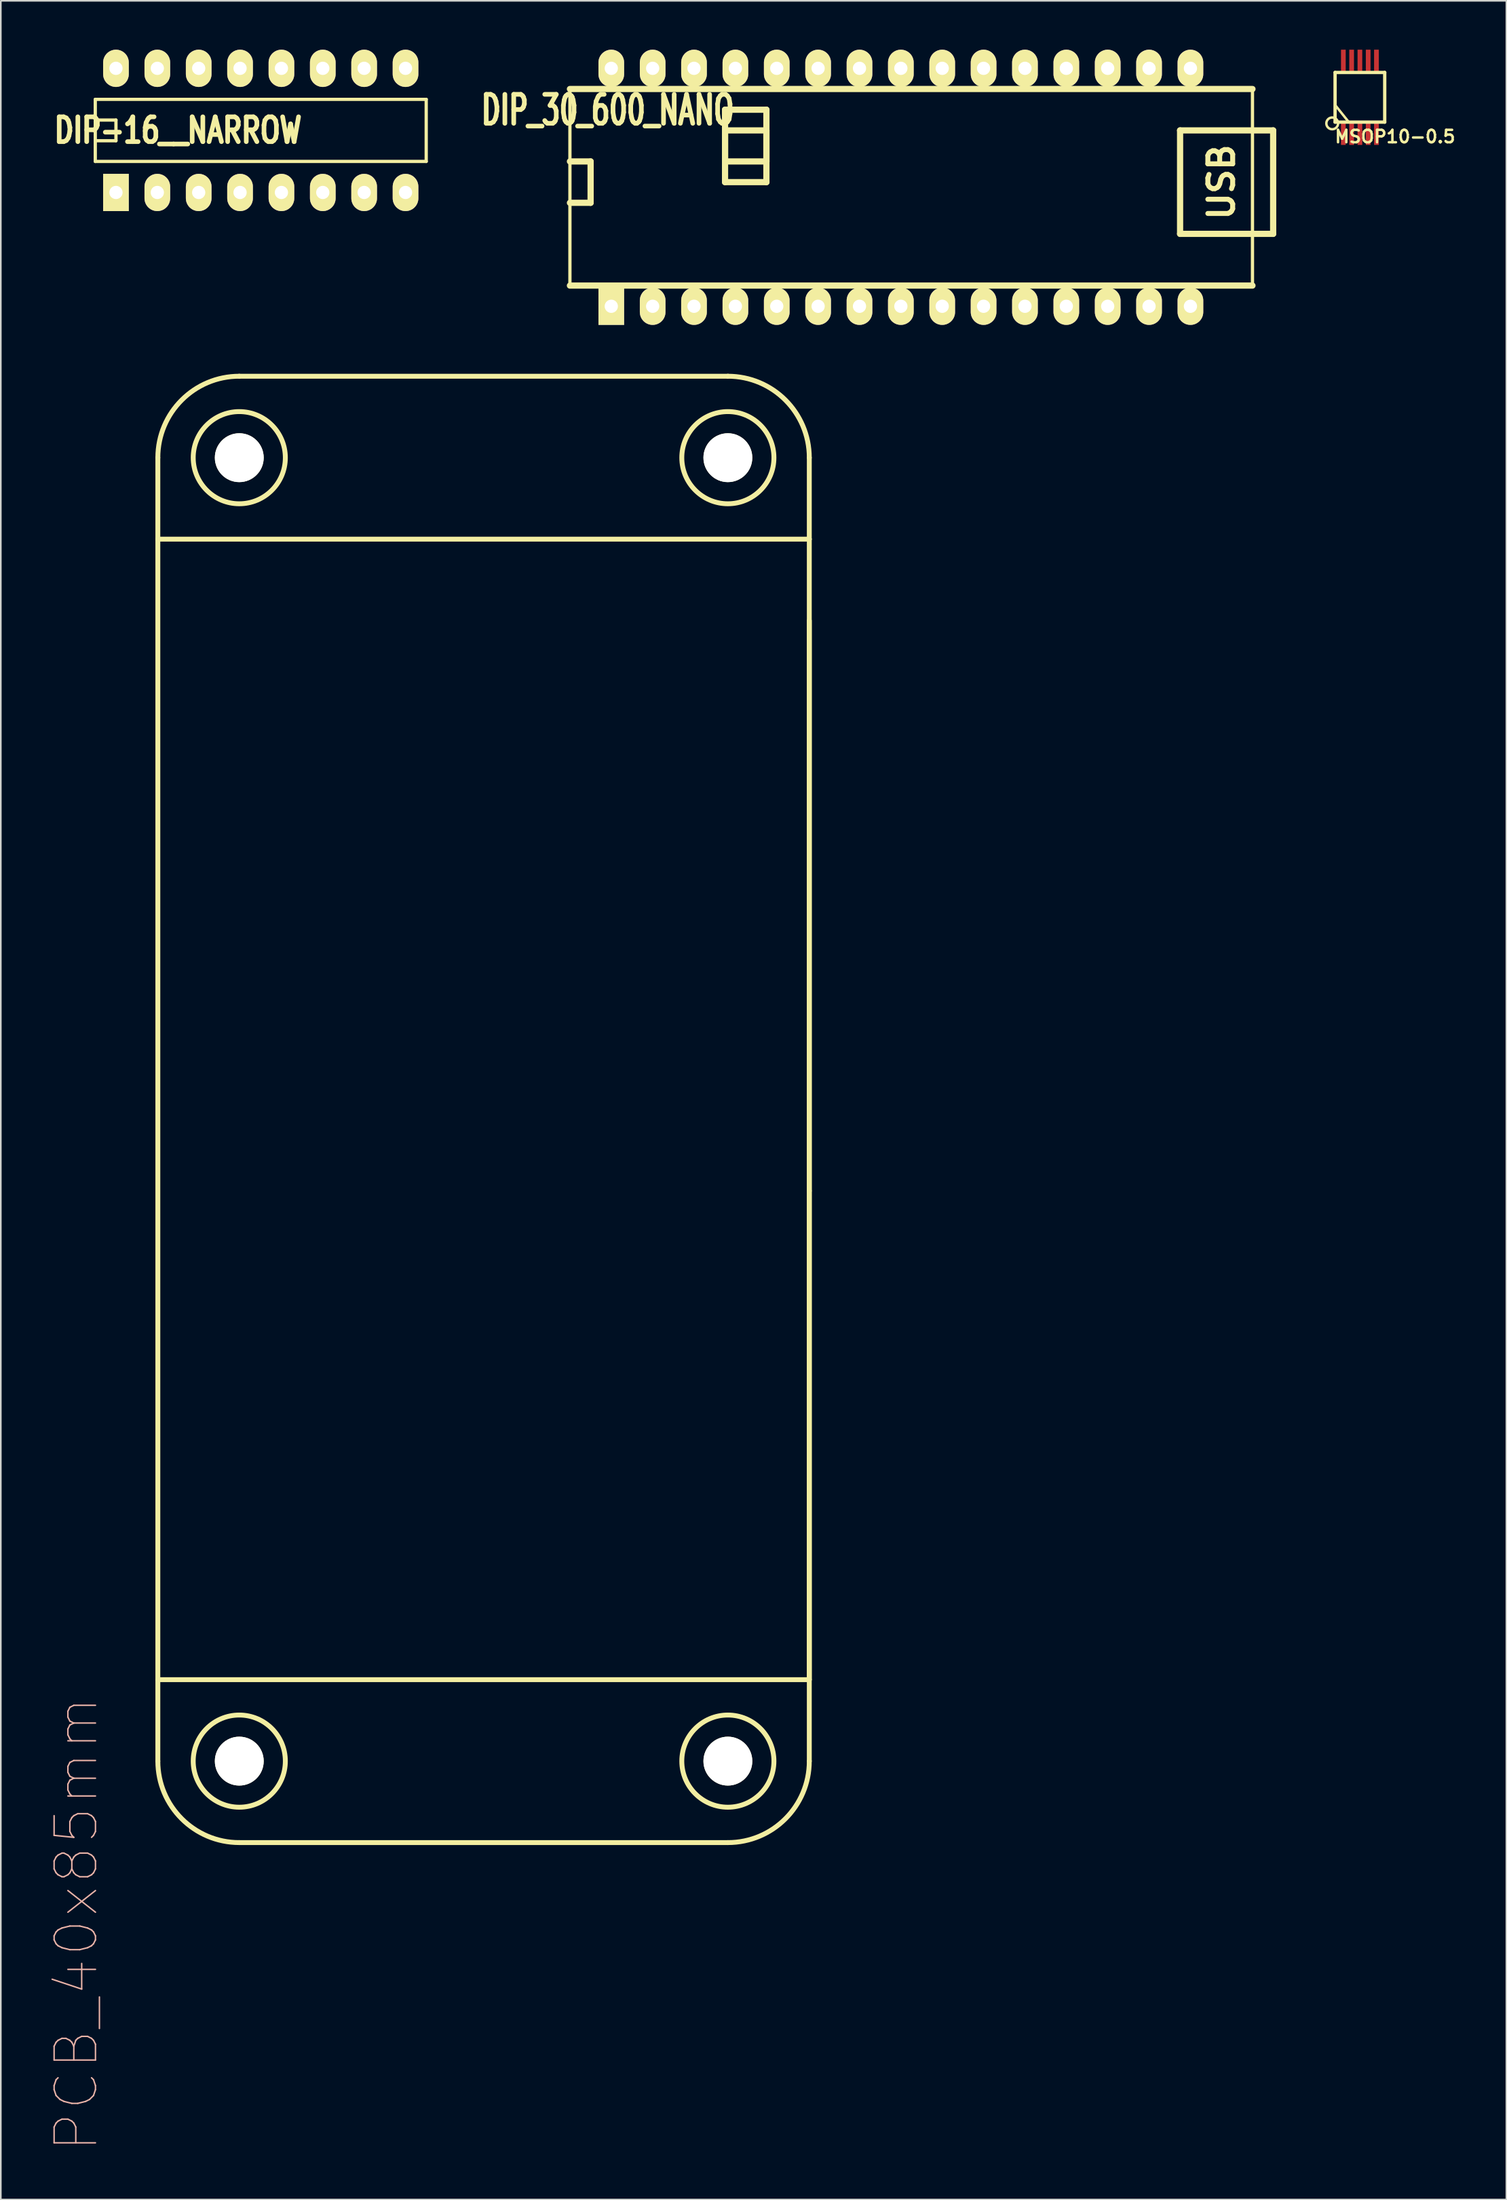
<source format=kicad_pcb>
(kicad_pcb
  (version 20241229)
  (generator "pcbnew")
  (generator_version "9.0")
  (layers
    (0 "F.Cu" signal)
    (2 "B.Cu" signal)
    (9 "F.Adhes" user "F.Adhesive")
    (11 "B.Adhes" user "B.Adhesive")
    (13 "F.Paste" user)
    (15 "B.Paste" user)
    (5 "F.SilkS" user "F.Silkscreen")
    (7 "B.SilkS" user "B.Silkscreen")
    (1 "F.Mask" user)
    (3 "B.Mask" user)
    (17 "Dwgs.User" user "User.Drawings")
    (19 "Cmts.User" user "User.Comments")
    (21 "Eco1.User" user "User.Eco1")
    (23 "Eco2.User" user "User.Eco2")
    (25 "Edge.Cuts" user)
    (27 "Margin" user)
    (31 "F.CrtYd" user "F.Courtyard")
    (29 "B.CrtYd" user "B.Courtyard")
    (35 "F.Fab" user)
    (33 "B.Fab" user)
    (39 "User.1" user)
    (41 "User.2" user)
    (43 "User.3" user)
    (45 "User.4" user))
  (footprint "MSOP10-0.5"
    (layer "F.Cu")
    (at 80.45 2.922)
    (property "Reference" "MSOP10-0.5" (at 2.159 2.413 0) (layer "F.SilkS") (effects (font (size 0.762 0.762) (thickness 0.152))))
    (attr smd)
    (fp_line (start -1.524 -1.524) (end 1.524 -1.524) (stroke (width 0.203) (type solid)) (layer "F.SilkS"))
    (fp_line (start -1.524 1.524) (end -1.524 -1.524) (stroke (width 0.203) (type solid)) (layer "F.SilkS"))
    (fp_line (start -1.5 0.5) (end -0.7 1.5) (stroke (width 0.15) (type solid)) (layer "F.SilkS"))
    (fp_line (start 1.524 -1.524) (end 1.524 1.524) (stroke (width 0.203) (type solid)) (layer "F.SilkS"))
    (fp_line (start 1.524 1.524) (end -1.524 1.524) (stroke (width 0.203) (type solid)) (layer "F.SilkS"))
    (fp_circle (center -1.7 1.6) (end -1.4 1.8) (stroke (width 0.15) (type solid)) (fill no) (layer "F.SilkS"))
    (pad "1" smd rect (at -1.016 2.223) (size 0.29 1.4) (layers "F.Cu" "F.Mask" "F.Paste"))
    (pad "2" smd rect (at -0.508 2.223) (size 0.29 1.4) (layers "F.Cu" "F.Mask" "F.Paste"))
    (pad "3" smd rect (at 0 2.223) (size 0.29 1.4) (layers "F.Cu" "F.Mask" "F.Paste"))
    (pad "4" smd rect (at 0.508 2.223) (size 0.29 1.4) (layers "F.Cu" "F.Mask" "F.Paste"))
    (pad "5" smd rect (at 1.016 2.223) (size 0.29 1.4) (layers "F.Cu" "F.Mask" "F.Paste"))
    (pad "6" smd rect (at 1.016 -2.223) (size 0.29 1.4) (layers "F.Cu" "F.Mask" "F.Paste"))
    (pad "7" smd rect (at 0.508 -2.223) (size 0.29 1.4) (layers "F.Cu" "F.Mask" "F.Paste"))
    (pad "8" smd rect (at 0 -2.223) (size 0.29 1.4) (layers "F.Cu" "F.Mask" "F.Paste"))
    (pad "9" smd rect (at -0.508 -2.223) (size 0.29 1.4) (layers "F.Cu" "F.Mask" "F.Paste"))
    (pad "10" smd rect (at -1.016 -2.223) (size 0.29 1.4) (layers "F.Cu" "F.Mask" "F.Paste")))
  (footprint "DIP-16__NARROW"
    (layer "F.Cu")
    (at 14.23 3.683)
    (property "Reference" "DIP-16__NARROW" (at -6.35 1.27 0) (layer "F.SilkS") (effects (font (size 1.524 1.143) (thickness 0.305))))
    (attr through_hole)
    (fp_line (start -11.43 -0.635) (end 8.89 -0.635) (stroke (width 0.2) (type solid)) (layer "F.SilkS"))
    (fp_line (start -11.43 0.635) (end -10.16 0.635) (stroke (width 0.2) (type solid)) (layer "F.SilkS"))
    (fp_line (start -11.43 3.175) (end -11.43 -0.635) (stroke (width 0.2) (type solid)) (layer "F.SilkS"))
    (fp_line (start -10.16 0.635) (end -10.16 1.905) (stroke (width 0.2) (type solid)) (layer "F.SilkS"))
    (fp_line (start -10.16 1.905) (end -11.43 1.905) (stroke (width 0.2) (type solid)) (layer "F.SilkS"))
    (fp_line (start 8.89 -0.635) (end 8.89 3.175) (stroke (width 0.2) (type solid)) (layer "F.SilkS"))
    (fp_line (start 8.89 3.175) (end -11.43 3.175) (stroke (width 0.2) (type solid)) (layer "F.SilkS"))
    (pad "1" thru_hole rect (at -10.16 5.08) (size 1.575 2.286) (drill 0.813) (layers "*.Cu" "*.Mask" "F.SilkS"))
    (pad "2" thru_hole oval (at -7.62 5.08) (size 1.575 2.286) (drill 0.813) (layers "*.Cu" "*.Mask" "F.SilkS"))
    (pad "3" thru_hole oval (at -5.08 5.08) (size 1.575 2.286) (drill 0.813) (layers "*.Cu" "*.Mask" "F.SilkS"))
    (pad "4" thru_hole oval (at -2.54 5.08) (size 1.575 2.286) (drill 0.813) (layers "*.Cu" "*.Mask" "F.SilkS"))
    (pad "5" thru_hole oval (at 0 5.08) (size 1.575 2.286) (drill 0.813) (layers "*.Cu" "*.Mask" "F.SilkS"))
    (pad "6" thru_hole oval (at 2.54 5.08) (size 1.575 2.286) (drill 0.813) (layers "*.Cu" "*.Mask" "F.SilkS"))
    (pad "7" thru_hole oval (at 5.08 5.08) (size 1.575 2.286) (drill 0.813) (layers "*.Cu" "*.Mask" "F.SilkS"))
    (pad "8" thru_hole oval (at 7.62 5.08) (size 1.575 2.286) (drill 0.813) (layers "*.Cu" "*.Mask" "F.SilkS"))
    (pad "9" thru_hole oval (at 7.62 -2.54) (size 1.575 2.286) (drill 0.813) (layers "*.Cu" "*.Mask" "F.SilkS"))
    (pad "10" thru_hole oval (at 5.08 -2.54) (size 1.575 2.286) (drill 0.813) (layers "*.Cu" "*.Mask" "F.SilkS"))
    (pad "11" thru_hole oval (at 2.54 -2.54) (size 1.575 2.286) (drill 0.813) (layers "*.Cu" "*.Mask" "F.SilkS"))
    (pad "12" thru_hole oval (at 0 -2.54) (size 1.575 2.286) (drill 0.813) (layers "*.Cu" "*.Mask" "F.SilkS"))
    (pad "13" thru_hole oval (at -2.54 -2.54) (size 1.575 2.286) (drill 0.813) (layers "*.Cu" "*.Mask" "F.SilkS"))
    (pad "14" thru_hole oval (at -5.08 -2.54) (size 1.575 2.286) (drill 0.813) (layers "*.Cu" "*.Mask" "F.SilkS"))
    (pad "15" thru_hole oval (at -7.62 -2.54) (size 1.575 2.286) (drill 0.813) (layers "*.Cu" "*.Mask" "F.SilkS"))
    (pad "16" thru_hole oval (at -10.16 -2.54) (size 1.575 2.286) (drill 0.813) (layers "*.Cu" "*.Mask" "F.SilkS")))
  (footprint "DIP_30_600_NANO"
    (layer "F.Cu")
    (at 58.614 8.128)
    (property "Reference" "DIP_30_600_NANO" (at -24.351 -4.417 0) (layer "F.SilkS") (effects (font (size 1.778 1.143) (thickness 0.305))))
    (attr through_hole)
    (fp_line (start -26.67 -1.27) (end -25.4 -1.27) (stroke (width 0.381) (type solid)) (layer "F.SilkS"))
    (fp_line (start -26.67 6.35) (end -26.67 -5.715) (stroke (width 0.2) (type solid)) (layer "F.SilkS"))
    (fp_line (start -26.67 6.35) (end 15.24 6.35) (stroke (width 0.381) (type solid)) (layer "F.SilkS"))
    (fp_line (start -25.4 -1.27) (end -25.4 1.27) (stroke (width 0.381) (type solid)) (layer "F.SilkS"))
    (fp_line (start -25.4 1.27) (end -26.67 1.27) (stroke (width 0.381) (type solid)) (layer "F.SilkS"))
    (fp_line (start -17.145 -4.445) (end -17.145 0) (stroke (width 0.381) (type solid)) (layer "F.SilkS"))
    (fp_line (start -17.145 -3.175) (end -14.605 -3.175) (stroke (width 0.381) (type solid)) (layer "F.SilkS"))
    (fp_line (start -17.145 -1.27) (end -17.145 -3.175) (stroke (width 0.381) (type solid)) (layer "F.SilkS"))
    (fp_line (start -17.145 0) (end -14.605 0) (stroke (width 0.381) (type solid)) (layer "F.SilkS"))
    (fp_line (start -14.605 -4.445) (end -17.145 -4.445) (stroke (width 0.381) (type solid)) (layer "F.SilkS"))
    (fp_line (start -14.605 -3.175) (end -14.605 -1.27) (stroke (width 0.381) (type solid)) (layer "F.SilkS"))
    (fp_line (start -14.605 -1.27) (end -17.145 -1.27) (stroke (width 0.381) (type solid)) (layer "F.SilkS"))
    (fp_line (start -14.605 0) (end -14.605 -4.445) (stroke (width 0.381) (type solid)) (layer "F.SilkS"))
    (fp_line (start 10.795 -3.175) (end 16.51 -3.175) (stroke (width 0.381) (type solid)) (layer "F.SilkS"))
    (fp_line (start 10.795 3.175) (end 10.795 -3.175) (stroke (width 0.381) (type solid)) (layer "F.SilkS"))
    (fp_line (start 15.24 -5.715) (end -26.67 -5.715) (stroke (width 0.381) (type solid)) (layer "F.SilkS"))
    (fp_line (start 15.24 6.35) (end 15.24 -5.715) (stroke (width 0.2) (type solid)) (layer "F.SilkS"))
    (fp_line (start 16.51 -3.175) (end 16.51 3.175) (stroke (width 0.381) (type solid)) (layer "F.SilkS"))
    (fp_line (start 16.51 3.175) (end 10.795 3.175) (stroke (width 0.381) (type solid)) (layer "F.SilkS"))
    (fp_text user "USB" (at 13.335 0 90) (layer "F.SilkS") (effects (font (size 1.524 1.524) (thickness 0.305))))
    (pad "1" thru_hole rect (at -24.13 7.62) (size 1.575 2.286) (drill 0.813) (layers "*.Cu" "*.Mask" "F.SilkS"))
    (pad "2" thru_hole oval (at -21.59 7.62) (size 1.575 2.286) (drill 0.813) (layers "*.Cu" "*.Mask" "F.SilkS"))
    (pad "3" thru_hole oval (at -19.05 7.62) (size 1.575 2.286) (drill 0.813) (layers "*.Cu" "*.Mask" "F.SilkS"))
    (pad "4" thru_hole oval (at -16.51 7.62) (size 1.575 2.286) (drill 0.813) (layers "*.Cu" "*.Mask" "F.SilkS"))
    (pad "5" thru_hole oval (at -13.97 7.62) (size 1.575 2.286) (drill 0.813) (layers "*.Cu" "*.Mask" "F.SilkS"))
    (pad "6" thru_hole oval (at -11.43 7.62) (size 1.575 2.286) (drill 0.813) (layers "*.Cu" "*.Mask" "F.SilkS"))
    (pad "7" thru_hole oval (at -8.89 7.62) (size 1.575 2.286) (drill 0.813) (layers "*.Cu" "*.Mask" "F.SilkS"))
    (pad "8" thru_hole oval (at -6.35 7.62) (size 1.575 2.286) (drill 0.813) (layers "*.Cu" "*.Mask" "F.SilkS"))
    (pad "9" thru_hole oval (at -3.81 7.62) (size 1.575 2.286) (drill 0.813) (layers "*.Cu" "*.Mask" "F.SilkS"))
    (pad "10" thru_hole oval (at -1.27 7.62) (size 1.575 2.286) (drill 0.813) (layers "*.Cu" "*.Mask" "F.SilkS"))
    (pad "11" thru_hole oval (at 1.27 7.62) (size 1.575 2.286) (drill 0.813) (layers "*.Cu" "*.Mask" "F.SilkS"))
    (pad "12" thru_hole oval (at 3.81 7.62) (size 1.575 2.286) (drill 0.813) (layers "*.Cu" "*.Mask" "F.SilkS"))
    (pad "13" thru_hole oval (at 6.35 7.62) (size 1.575 2.286) (drill 0.813) (layers "*.Cu" "*.Mask" "F.SilkS"))
    (pad "14" thru_hole oval (at 8.89 7.62) (size 1.575 2.286) (drill 0.813) (layers "*.Cu" "*.Mask" "F.SilkS"))
    (pad "15" thru_hole oval (at 11.43 7.62) (size 1.575 2.286) (drill 0.813) (layers "*.Cu" "*.Mask" "F.SilkS"))
    (pad "16" thru_hole oval (at 11.43 -6.985) (size 1.575 2.286) (drill 0.813) (layers "*.Cu" "*.Mask" "F.SilkS"))
    (pad "17" thru_hole oval (at 8.89 -6.985) (size 1.575 2.286) (drill 0.813) (layers "*.Cu" "*.Mask" "F.SilkS"))
    (pad "18" thru_hole oval (at 6.35 -6.985) (size 1.575 2.286) (drill 0.813) (layers "*.Cu" "*.Mask" "F.SilkS"))
    (pad "19" thru_hole oval (at 3.81 -6.985) (size 1.575 2.286) (drill 0.813) (layers "*.Cu" "*.Mask" "F.SilkS"))
    (pad "20" thru_hole oval (at 1.27 -6.985) (size 1.575 2.286) (drill 0.813) (layers "*.Cu" "*.Mask" "F.SilkS"))
    (pad "21" thru_hole oval (at -1.27 -6.985) (size 1.575 2.286) (drill 0.813) (layers "*.Cu" "*.Mask" "F.SilkS"))
    (pad "22" thru_hole oval (at -3.81 -6.985) (size 1.575 2.286) (drill 0.813) (layers "*.Cu" "*.Mask" "F.SilkS"))
    (pad "23" thru_hole oval (at -6.35 -6.985) (size 1.575 2.286) (drill 0.813) (layers "*.Cu" "*.Mask" "F.SilkS"))
    (pad "24" thru_hole oval (at -8.89 -6.985) (size 1.575 2.286) (drill 0.813) (layers "*.Cu" "*.Mask" "F.SilkS"))
    (pad "25" thru_hole oval (at -11.43 -6.985) (size 1.575 2.286) (drill 0.813) (layers "*.Cu" "*.Mask" "F.SilkS"))
    (pad "26" thru_hole oval (at -13.97 -6.985) (size 1.575 2.286) (drill 0.813) (layers "*.Cu" "*.Mask" "F.SilkS"))
    (pad "27" thru_hole oval (at -16.51 -6.985) (size 1.575 2.286) (drill 0.813) (layers "*.Cu" "*.Mask" "F.SilkS"))
    (pad "28" thru_hole oval (at -19.05 -6.985) (size 1.575 2.286) (drill 0.813) (layers "*.Cu" "*.Mask" "F.SilkS"))
    (pad "29" thru_hole oval (at -21.59 -6.985) (size 1.575 2.286) (drill 0.813) (layers "*.Cu" "*.Mask" "F.SilkS"))
    (pad "30" thru_hole oval (at -24.13 -6.985) (size 1.575 2.286) (drill 0.813) (layers "*.Cu" "*.Mask" "F.SilkS")))
  (footprint "PCB_40x85mm"
    (layer "F.Cu")
    (at 6.642 70.041)
    (property "Reference" "PCB_40x85mm" (at -5 45 90) (layer "B.SilkS") (effects (font (size 2.54 2.54) (thickness 0.089))))
    (attr exclude_from_pos_files exclude_from_bom)
    (fp_line (start 0 -45) (end 0 -40) (stroke (width 0.3) (type solid)) (layer "F.SilkS"))
    (fp_line (start 0 -40) (end 0 35) (stroke (width 0.3) (type solid)) (layer "F.SilkS"))
    (fp_line (start 0 -40) (end 40 -40) (stroke (width 0.3) (type solid)) (layer "F.SilkS"))
    (fp_line (start 0 30) (end 40 30) (stroke (width 0.3) (type solid)) (layer "F.SilkS"))
    (fp_line (start 5 40) (end 35 40) (stroke (width 0.3) (type solid)) (layer "F.SilkS"))
    (fp_line (start 35 -50) (end 5 -50) (stroke (width 0.3) (type solid)) (layer "F.SilkS"))
    (fp_line (start 40 -45) (end 40 -40) (stroke (width 0.3) (type solid)) (layer "F.SilkS"))
    (fp_line (start 40 0) (end 40 -35) (stroke (width 0.3) (type solid)) (layer "F.SilkS"))
    (fp_line (start 40 30) (end 40 0) (stroke (width 0.3) (type solid)) (layer "F.SilkS"))
    (fp_line (start 40 35) (end 40 -40) (stroke (width 0.3) (type solid)) (layer "F.SilkS"))
    (fp_arc (start 0 -45) (mid 1.464466 -48.535534) (end 5 -50) (stroke (width 0.3) (type solid)) (layer "F.SilkS"))
    (fp_arc (start 5 40) (mid 1.464466 38.535534) (end 0 35) (stroke (width 0.3) (type solid)) (layer "F.SilkS"))
    (fp_arc (start 35 -50) (mid 38.535534 -48.535534) (end 40 -45) (stroke (width 0.3) (type solid)) (layer "F.SilkS"))
    (fp_arc (start 40 35) (mid 38.535534 38.535534) (end 35 40) (stroke (width 0.3) (type solid)) (layer "F.SilkS"))
    (fp_circle (center 5 -45) (end 7 -43) (stroke (width 0.3) (type solid)) (fill no) (layer "F.SilkS"))
    (fp_circle (center 5 35) (end 7 37) (stroke (width 0.3) (type solid)) (fill no) (layer "F.SilkS"))
    (fp_circle (center 35 -45) (end 37 -43) (stroke (width 0.3) (type solid)) (fill no) (layer "F.SilkS"))
    (fp_circle (center 35 35) (end 37 37) (stroke (width 0.3) (type solid)) (fill no) (layer "F.SilkS"))
    (pad "" np_thru_hole circle (at 5 -45) (size 3 3) (drill 3) (layers "*.Cu" "*.Mask" "F.SilkS"))
    (pad "" np_thru_hole circle (at 5 35) (size 3 3) (drill 3) (layers "*.Cu" "*.Mask" "F.SilkS"))
    (pad "" np_thru_hole circle (at 35 -45) (size 3 3) (drill 3) (layers "*.Cu" "*.Mask" "F.SilkS"))
    (pad "" np_thru_hole circle (at 35 35) (size 3 3) (drill 3) (layers "*.Cu" "*.Mask" "F.SilkS")))
  (gr_rect
    (start -3 -3)
    (end 89.445 131.951)
    (stroke (width 0.1) (type default))
    (fill no)
    (layer "Edge.Cuts")))
</source>
